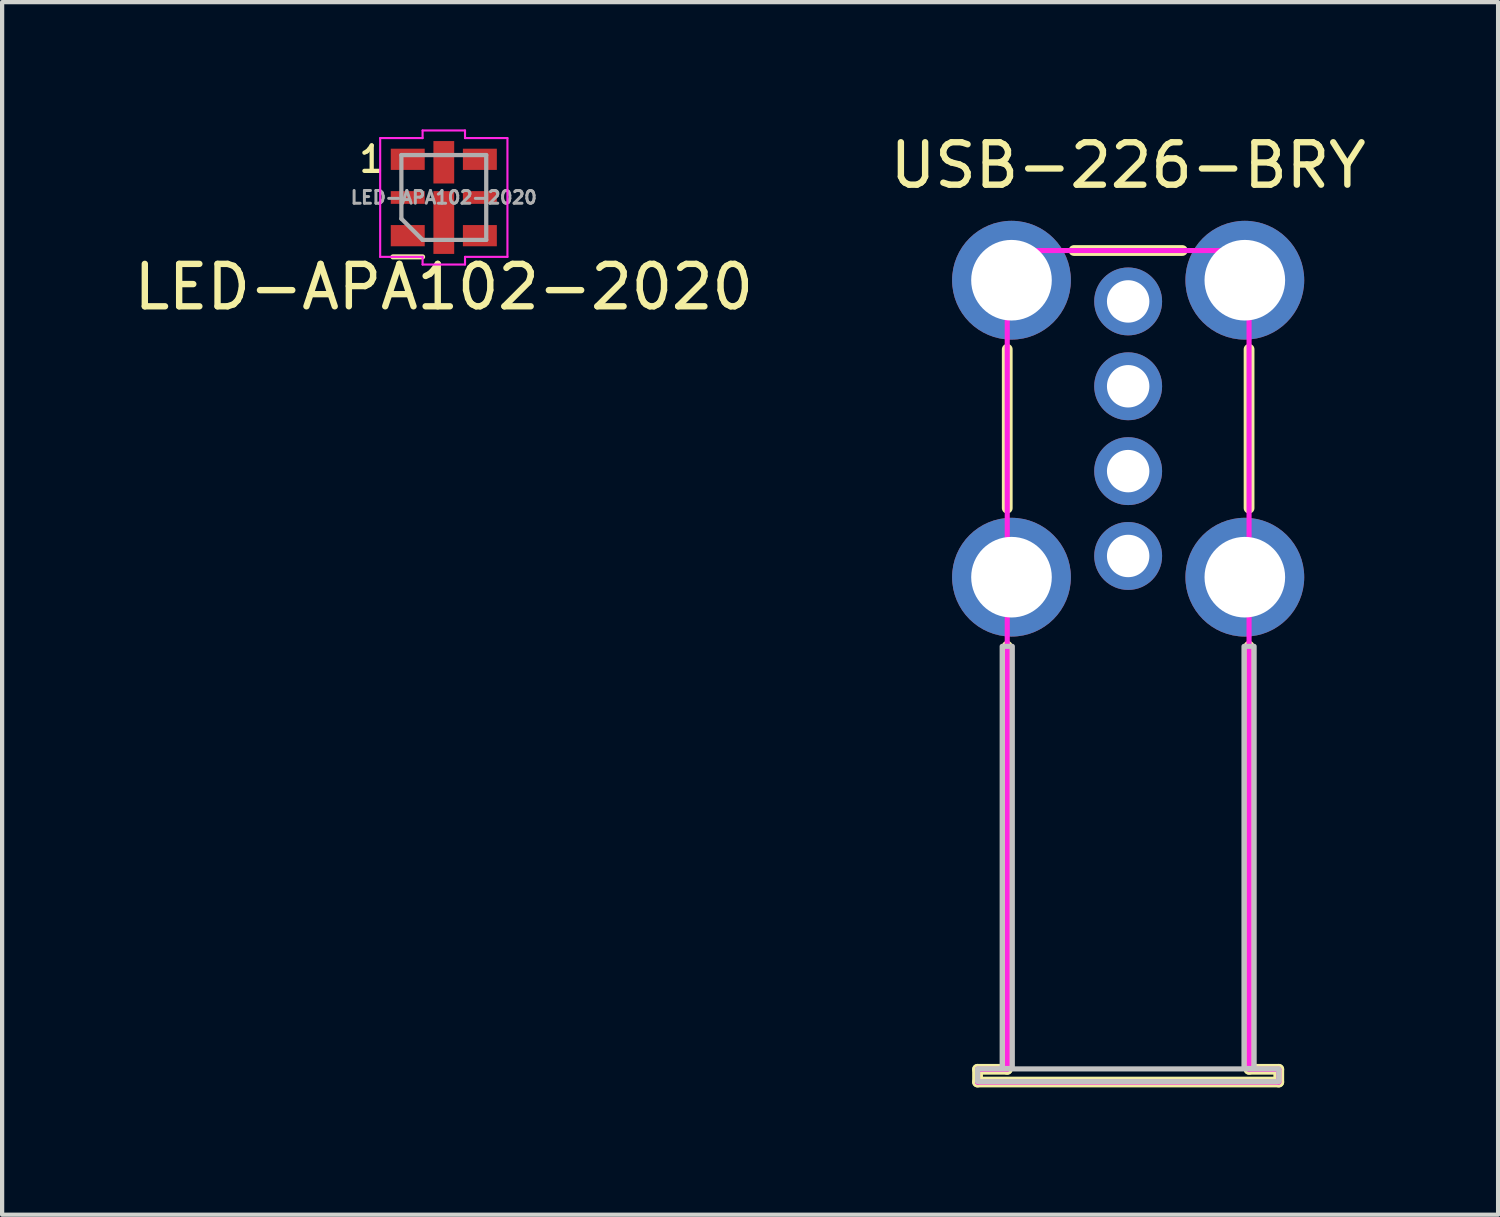
<source format=kicad_pcb>
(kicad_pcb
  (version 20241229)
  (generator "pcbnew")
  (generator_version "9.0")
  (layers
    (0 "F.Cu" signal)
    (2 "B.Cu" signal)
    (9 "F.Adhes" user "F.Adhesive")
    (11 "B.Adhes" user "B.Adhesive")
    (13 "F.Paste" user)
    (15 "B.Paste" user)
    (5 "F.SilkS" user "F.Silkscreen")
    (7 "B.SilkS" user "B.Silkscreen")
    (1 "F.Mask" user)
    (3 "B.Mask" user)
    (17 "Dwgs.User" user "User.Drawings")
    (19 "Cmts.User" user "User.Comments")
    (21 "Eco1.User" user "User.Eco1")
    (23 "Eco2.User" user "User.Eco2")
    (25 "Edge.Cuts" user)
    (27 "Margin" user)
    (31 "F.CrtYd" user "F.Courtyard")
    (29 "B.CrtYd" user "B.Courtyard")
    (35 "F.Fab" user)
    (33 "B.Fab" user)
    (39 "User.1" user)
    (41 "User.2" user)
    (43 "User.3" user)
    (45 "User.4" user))
  (footprint "LED-APA102-2020"
    (layer "F.Cu")
    (at 7.411 1.605)
    (property "Reference" "LED-APA102-2020" (at 0 2.11 0) (layer "F.SilkS") (effects (font (size 1 1) (thickness 0.15))))
    (attr smd)
    (fp_line (start -1.2 1.4) (end -0.5 1.4) (stroke (width 0.12) (type solid)) (layer "F.SilkS"))
    (fp_line (start -1.5 -1.4) (end -1.5 1.4) (stroke (width 0.05) (type solid)) (layer "F.CrtYd"))
    (fp_line (start -1.5 -1.4) (end -0.5 -1.4) (stroke (width 0.05) (type solid)) (layer "F.CrtYd"))
    (fp_line (start -0.5 -1.58) (end 0.5 -1.58) (stroke (width 0.05) (type solid)) (layer "F.CrtYd"))
    (fp_line (start -0.5 -1.4) (end -0.5 -1.58) (stroke (width 0.05) (type solid)) (layer "F.CrtYd"))
    (fp_line (start -0.5 1.4) (end -1.5 1.4) (stroke (width 0.05) (type solid)) (layer "F.CrtYd"))
    (fp_line (start -0.5 1.4) (end -0.5 1.58) (stroke (width 0.05) (type solid)) (layer "F.CrtYd"))
    (fp_line (start -0.5 1.58) (end 0.5 1.58) (stroke (width 0.05) (type solid)) (layer "F.CrtYd"))
    (fp_line (start 0.5 -1.58) (end 0.5 -1.4) (stroke (width 0.05) (type solid)) (layer "F.CrtYd"))
    (fp_line (start 0.5 -1.4) (end 1.5 -1.4) (stroke (width 0.05) (type solid)) (layer "F.CrtYd"))
    (fp_line (start 0.5 1.58) (end 0.5 1.4) (stroke (width 0.05) (type solid)) (layer "F.CrtYd"))
    (fp_line (start 1.5 -1.4) (end 1.5 1.4) (stroke (width 0.05) (type solid)) (layer "F.CrtYd"))
    (fp_line (start 1.5 1.4) (end 0.5 1.4) (stroke (width 0.05) (type solid)) (layer "F.CrtYd"))
    (fp_line (start -1 -1) (end 1 -1) (stroke (width 0.1) (type solid)) (layer "F.Fab"))
    (fp_line (start -1 0.5) (end -1 -1) (stroke (width 0.1) (type solid)) (layer "F.Fab"))
    (fp_line (start -1 0.5) (end -0.5 1) (stroke (width 0.1) (type solid)) (layer "F.Fab"))
    (fp_line (start 1 -1) (end 1 1) (stroke (width 0.1) (type solid)) (layer "F.Fab"))
    (fp_line (start 1 1) (end -0.5 1) (stroke (width 0.1) (type solid)) (layer "F.Fab"))
    (fp_text user "1" (at -1.7 -0.9 0) (layer "F.SilkS") (effects (font (size 0.6 0.6) (thickness 0.1))))
    (fp_text user "${REFERENCE}" (at 0 0 0) (layer "F.Fab") (effects (font (size 0.3 0.3) (thickness 0.07))))
    (pad "1" smd rect (at -0.85 -0.9) (size 0.8 0.5) (layers "F.Cu" "F.Mask" "F.Paste"))
    (pad "1" smd rect (at 0 -0.83 90) (size 1 0.49) (layers "F.Cu" "F.Mask" "F.Paste"))
    (pad "2" smd rect (at -0.85 0) (size 0.8 0.3) (layers "F.Cu" "F.Mask" "F.Paste"))
    (pad "3" smd rect (at -0.85 0.9) (size 0.8 0.5) (layers "F.Cu" "F.Mask" "F.Paste"))
    (pad "4" smd rect (at 0.85 0.9) (size 0.8 0.5) (layers "F.Cu" "F.Mask" "F.Paste"))
    (pad "5" smd rect (at 0.85 0) (size 0.8 0.3) (layers "F.Cu" "F.Mask" "F.Paste"))
    (pad "6" smd rect (at 0 0.59 90) (size 1.48 0.49) (layers "F.Cu" "F.Mask" "F.Paste"))
    (pad "6" smd rect (at 0.85 -0.9) (size 0.8 0.5) (layers "F.Cu" "F.Mask" "F.Paste")))
  (footprint "USB-226-BRY"
    (layer "F.Cu")
    (at 23.542 7.055)
    (property "Reference" "USB-226-BRY" (at 0 -6.207 0) (layer "F.SilkS") (effects (font (size 1 1) (thickness 0.15))))
    (attr through_hole)
    (fp_line (start -3.55 15.1) (end -2.85 15.1) (stroke (width 0.254) (type solid)) (layer "F.SilkS"))
    (fp_line (start -3.55 15.4) (end -3.55 15.1) (stroke (width 0.254) (type solid)) (layer "F.SilkS"))
    (fp_line (start -2.85 1.872) (end -2.85 -1.872) (stroke (width 0.254) (type solid)) (layer "F.SilkS"))
    (fp_line (start -2.85 15.1) (end -2.85 5.128) (stroke (width 0.254) (type solid)) (layer "F.SilkS"))
    (fp_line (start -1.277 -4.2) (end 1.277 -4.2) (stroke (width 0.254) (type solid)) (layer "F.SilkS"))
    (fp_line (start 2.85 1.872) (end 2.85 -1.872) (stroke (width 0.254) (type solid)) (layer "F.SilkS"))
    (fp_line (start 2.85 5.128) (end 2.85 15.1) (stroke (width 0.254) (type solid)) (layer "F.SilkS"))
    (fp_line (start 2.85 15.1) (end 3.55 15.1) (stroke (width 0.254) (type solid)) (layer "F.SilkS"))
    (fp_line (start 3.55 15.1) (end 3.55 15.4) (stroke (width 0.254) (type solid)) (layer "F.SilkS"))
    (fp_line (start 3.55 15.4) (end -3.55 15.4) (stroke (width 0.254) (type solid)) (layer "F.SilkS"))
    (fp_poly (pts (xy -2.97 5.13) (xy -2.73 5.13) (xy -2.73 15.08) (xy -2.97 15.08)) (stroke (width 0.12) (type solid)) (fill no) (layer "Dwgs.User"))
    (fp_poly (pts (xy 2.73 5.13) (xy 2.97 5.13) (xy 2.97 15.08) (xy 2.73 15.08)) (stroke (width 0.12) (type solid)) (fill no) (layer "Dwgs.User"))
    (fp_poly (pts (xy -3.55 15.09) (xy -3.55 15.39) (xy 3.55 15.39) (xy 3.55 15.09) (xy -3.55 15.09)) (stroke (width 0.12) (type solid)) (fill no) (layer "Dwgs.User"))
    (fp_line (start -3.55 -4.2) (end -3.55 -2.999) (stroke (width 0.12) (type solid)) (layer "Eco2.User"))
    (fp_line (start -3.55 -2.999) (end -2.6 -3) (stroke (width 0.12) (type solid)) (layer "Eco2.User"))
    (fp_line (start -3.55 2.899) (end -3.55 4.1) (stroke (width 0.12) (type solid)) (layer "Eco2.User"))
    (fp_line (start -3.55 4.1) (end -2.6 4.099) (stroke (width 0.12) (type solid)) (layer "Eco2.User"))
    (fp_line (start -2.6 -4.2) (end -3.55 -4.2) (stroke (width 0.12) (type solid)) (layer "Eco2.User"))
    (fp_line (start -2.6 -3) (end -2.6 -4.2) (stroke (width 0.12) (type solid)) (layer "Eco2.User"))
    (fp_line (start -2.6 2.899) (end -3.55 2.899) (stroke (width 0.12) (type solid)) (layer "Eco2.User"))
    (fp_line (start -2.6 4.099) (end -2.6 2.899) (stroke (width 0.12) (type solid)) (layer "Eco2.User"))
    (fp_line (start 2.6 -4.2) (end 2.6 -3) (stroke (width 0.12) (type solid)) (layer "Eco2.User"))
    (fp_line (start 2.6 -3) (end 3.55 -3) (stroke (width 0.12) (type solid)) (layer "Eco2.User"))
    (fp_line (start 2.6 2.901) (end 2.6 4.101) (stroke (width 0.12) (type solid)) (layer "Eco2.User"))
    (fp_line (start 2.6 4.101) (end 3.55 4.101) (stroke (width 0.12) (type solid)) (layer "Eco2.User"))
    (fp_line (start 3.55 -4.201) (end 2.6 -4.2) (stroke (width 0.12) (type solid)) (layer "Eco2.User"))
    (fp_line (start 3.55 -3) (end 3.55 -4.201) (stroke (width 0.12) (type solid)) (layer "Eco2.User"))
    (fp_line (start 3.55 2.9) (end 2.6 2.901) (stroke (width 0.12) (type solid)) (layer "Eco2.User"))
    (fp_line (start 3.55 4.101) (end 3.55 2.9) (stroke (width 0.12) (type solid)) (layer "Eco2.User"))
    (fp_circle (center 3.55 15.4) (end 3.58 15.4) (stroke (width 0.06) (type solid)) (fill no) (layer "Eco2.User"))
    (fp_poly (pts (xy -2.9 -3) (xy -2.9 -4.2) (xy -2.6 -4.2) (xy -2.6 -3)) (stroke (width 0.12) (type solid)) (fill no) (layer "Eco2.User"))
    (fp_poly (pts (xy -2.9 4.1) (xy -2.9 2.9) (xy -2.6 2.9) (xy -2.6 4.1)) (stroke (width 0.12) (type solid)) (fill no) (layer "Eco2.User"))
    (fp_poly (pts (xy -0.125 -3.2) (xy 0.125 -3.2) (xy 0.125 -2.8) (xy -0.125 -2.8)) (stroke (width 0.12) (type solid)) (fill no) (layer "Eco2.User"))
    (fp_poly (pts (xy -0.125 -1.2) (xy 0.125 -1.2) (xy 0.125 -0.8) (xy -0.125 -0.8)) (stroke (width 0.12) (type solid)) (fill no) (layer "Eco2.User"))
    (fp_poly (pts (xy -0.125 0.8) (xy 0.125 0.8) (xy 0.125 1.2) (xy -0.125 1.2)) (stroke (width 0.12) (type solid)) (fill no) (layer "Eco2.User"))
    (fp_poly (pts (xy -0.125 2.8) (xy 0.125 2.8) (xy 0.125 3.2) (xy -0.125 3.2)) (stroke (width 0.12) (type solid)) (fill no) (layer "Eco2.User"))
    (fp_poly (pts (xy 2.6 -3) (xy 2.6 -4.2) (xy 2.9 -4.2) (xy 2.9 -3)) (stroke (width 0.12) (type solid)) (fill no) (layer "Eco2.User"))
    (fp_poly (pts (xy 2.6 4.1) (xy 2.6 2.9) (xy 2.9 2.9) (xy 2.9 4.1)) (stroke (width 0.12) (type solid)) (fill no) (layer "Eco2.User"))
    (fp_line (start -3.55 15.1) (end -2.85 15.1) (stroke (width 0.12) (type solid)) (layer "F.CrtYd"))
    (fp_line (start -3.55 15.4) (end -3.55 15.1) (stroke (width 0.12) (type solid)) (layer "F.CrtYd"))
    (fp_line (start -2.85 -4.2) (end 2.85 -4.2) (stroke (width 0.12) (type solid)) (layer "F.CrtYd"))
    (fp_line (start -2.85 15.1) (end -2.85 -4.2) (stroke (width 0.12) (type solid)) (layer "F.CrtYd"))
    (fp_line (start 2.85 -4.2) (end 2.85 15.1) (stroke (width 0.12) (type solid)) (layer "F.CrtYd"))
    (fp_line (start 2.85 15.1) (end 3.55 15.1) (stroke (width 0.12) (type solid)) (layer "F.CrtYd"))
    (fp_line (start 3.55 15.1) (end 3.55 15.4) (stroke (width 0.12) (type solid)) (layer "F.CrtYd"))
    (fp_line (start 3.55 15.4) (end -3.55 15.4) (stroke (width 0.12) (type solid)) (layer "F.CrtYd"))
    (pad "1" thru_hole circle (at 0 3) (size 1.6 1.6) (drill 1) (layers "*.Cu" "*.Mask"))
    (pad "2" thru_hole circle (at 0 1) (size 1.6 1.6) (drill 1) (layers "*.Cu" "*.Mask"))
    (pad "3" thru_hole circle (at 0 -1) (size 1.6 1.6) (drill 1) (layers "*.Cu" "*.Mask"))
    (pad "4" thru_hole circle (at 0 -3) (size 1.6 1.6) (drill 1) (layers "*.Cu" "*.Mask"))
    (pad "5" thru_hole circle (at -2.75 -3.5) (size 2.8 2.8) (drill 1.9) (layers "*.Cu" "*.Mask"))
    (pad "5" thru_hole circle (at -2.75 3.5) (size 2.8 2.8) (drill 1.9) (layers "*.Cu" "*.Mask"))
    (pad "5" thru_hole circle (at 2.75 -3.5) (size 2.8 2.8) (drill 1.9) (layers "*.Cu" "*.Mask"))
    (pad "5" thru_hole circle (at 2.75 3.5) (size 2.8 2.8) (drill 1.9) (layers "*.Cu" "*.Mask")))
  (gr_rect
    (start -3 -3)
    (end 32.262 25.582)
    (stroke (width 0.1) (type default))
    (fill no)
    (layer "Edge.Cuts")))
</source>
